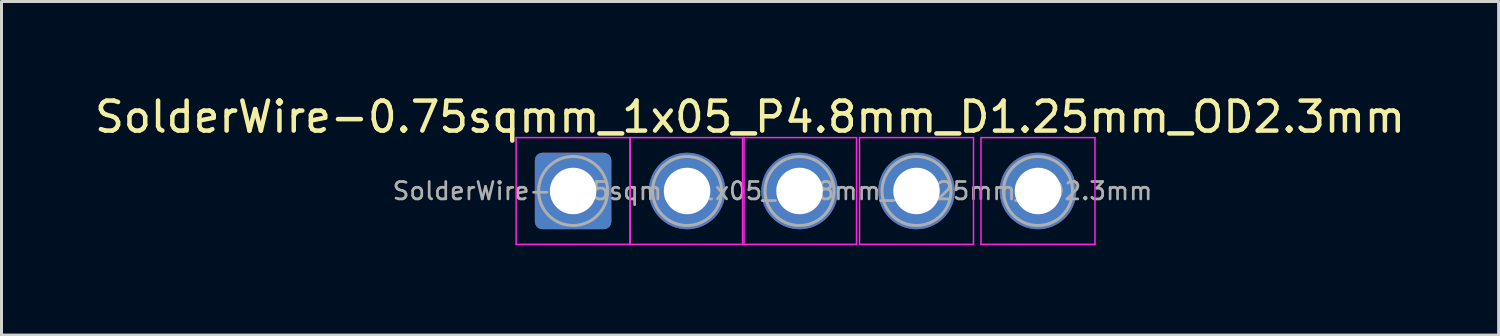
<source format=kicad_pcb>
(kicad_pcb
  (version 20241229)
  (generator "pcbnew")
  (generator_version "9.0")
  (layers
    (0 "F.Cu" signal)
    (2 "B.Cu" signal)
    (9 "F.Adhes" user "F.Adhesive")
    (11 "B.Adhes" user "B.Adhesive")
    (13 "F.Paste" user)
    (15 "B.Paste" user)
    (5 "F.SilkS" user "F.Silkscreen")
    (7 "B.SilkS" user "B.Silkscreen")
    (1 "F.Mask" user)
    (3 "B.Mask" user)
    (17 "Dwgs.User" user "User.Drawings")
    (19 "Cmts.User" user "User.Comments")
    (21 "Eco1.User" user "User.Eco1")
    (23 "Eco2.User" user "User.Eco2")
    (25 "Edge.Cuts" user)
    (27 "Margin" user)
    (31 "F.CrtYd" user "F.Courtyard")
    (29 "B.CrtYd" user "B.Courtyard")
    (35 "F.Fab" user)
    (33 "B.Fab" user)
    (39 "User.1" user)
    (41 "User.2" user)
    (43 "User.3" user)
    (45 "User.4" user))
  (footprint "SolderWire-0.75sqmm_1x05_P4.8mm_D1.25mm_OD2.3mm"
    (layer "F.Cu")
    (at 12.358 3.318)
    (property "Reference" "SolderWire-0.75sqmm_1x05_P4.8mm_D1.25mm_OD2.3mm" (at 9.6 -2.47 0) (layer "F.SilkS") (effects (font (size 1 1) (thickness 0.15))))
    (attr exclude_from_pos_files exclude_from_bom)
    (fp_line (start 1.8 -1.78) (end 1.8 1.78) (stroke (width 0.05) (type solid)) (layer "F.CrtYd"))
    (fp_line (start 1.8 1.78) (end 5.6 1.78) (stroke (width 0.05) (type solid)) (layer "F.CrtYd"))
    (fp_line (start 5.6 -1.78) (end 1.8 -1.78) (stroke (width 0.05) (type solid)) (layer "F.CrtYd"))
    (fp_line (start 5.6 -1.78) (end 5.6 1.78) (stroke (width 0.05) (type solid)) (layer "F.CrtYd"))
    (fp_line (start 5.6 1.78) (end 5.6 -1.78) (stroke (width 0.05) (type solid)) (layer "F.CrtYd"))
    (fp_line (start 5.6 1.78) (end 9.4 1.78) (stroke (width 0.05) (type solid)) (layer "F.CrtYd"))
    (fp_line (start 9.35 -1.78) (end 9.35 1.78) (stroke (width 0.05) (type solid)) (layer "F.CrtYd"))
    (fp_line (start 9.35 1.78) (end 13.15 1.78) (stroke (width 0.05) (type solid)) (layer "F.CrtYd"))
    (fp_line (start 9.4 -1.78) (end 5.6 -1.78) (stroke (width 0.05) (type solid)) (layer "F.CrtYd"))
    (fp_line (start 9.4 1.78) (end 9.4 -1.78) (stroke (width 0.05) (type solid)) (layer "F.CrtYd"))
    (fp_line (start 13.15 -1.78) (end 9.35 -1.78) (stroke (width 0.05) (type solid)) (layer "F.CrtYd"))
    (fp_line (start 13.15 1.78) (end 13.15 -1.78) (stroke (width 0.05) (type solid)) (layer "F.CrtYd"))
    (fp_line (start 13.25 -1.78) (end 13.25 1.78) (stroke (width 0.05) (type solid)) (layer "F.CrtYd"))
    (fp_line (start 13.25 1.78) (end 17.05 1.78) (stroke (width 0.05) (type solid)) (layer "F.CrtYd"))
    (fp_line (start 17.05 -1.78) (end 13.25 -1.78) (stroke (width 0.05) (type solid)) (layer "F.CrtYd"))
    (fp_line (start 17.05 1.78) (end 17.05 -1.78) (stroke (width 0.05) (type solid)) (layer "F.CrtYd"))
    (fp_line (start 17.3 -1.78) (end 17.3 1.78) (stroke (width 0.05) (type solid)) (layer "F.CrtYd"))
    (fp_line (start 17.3 1.78) (end 21.1 1.78) (stroke (width 0.05) (type solid)) (layer "F.CrtYd"))
    (fp_line (start 21.1 -1.78) (end 17.3 -1.78) (stroke (width 0.05) (type solid)) (layer "F.CrtYd"))
    (fp_line (start 21.1 1.78) (end 21.1 -1.78) (stroke (width 0.05) (type solid)) (layer "F.CrtYd"))
    (fp_circle (center 3.7 0) (end 4.85 0) (stroke (width 0.1) (type solid)) (fill no) (layer "F.Fab"))
    (fp_circle (center 7.5 0) (end 8.65 0) (stroke (width 0.1) (type solid)) (fill no) (layer "F.Fab"))
    (fp_circle (center 11.25 0) (end 12.4 0) (stroke (width 0.1) (type solid)) (fill no) (layer "F.Fab"))
    (fp_circle (center 15.15 0) (end 16.3 0) (stroke (width 0.1) (type solid)) (fill no) (layer "F.Fab"))
    (fp_circle (center 19.2 0) (end 20.35 0) (stroke (width 0.1) (type solid)) (fill no) (layer "F.Fab"))
    (fp_text user "${REFERENCE}" (at 10.35 0 0) (layer "F.Fab") (effects (font (size 0.58 0.58) (thickness 0.09))))
    (pad "1" thru_hole roundrect (at 3.7 0) (size 2.55 2.55) (drill 1.55) (layers "*.Cu" "*.Mask") (roundrect_rratio 0.098))
    (pad "2" thru_hole circle (at 7.5 0) (size 2.55 2.55) (drill 1.55) (layers "*.Cu" "*.Mask"))
    (pad "3" thru_hole circle (at 11.25 0) (size 2.55 2.55) (drill 1.55) (layers "*.Cu" "*.Mask"))
    (pad "4" thru_hole circle (at 15.15 0) (size 2.55 2.55) (drill 1.55) (layers "*.Cu" "*.Mask"))
    (pad "5" thru_hole circle (at 19.2 0) (size 2.55 2.55) (drill 1.55) (layers "*.Cu" "*.Mask")))
  (gr_rect
    (start -3 -3)
    (end 46.917 8.123)
    (stroke (width 0.1) (type default))
    (fill no)
    (layer "Edge.Cuts")))
</source>
